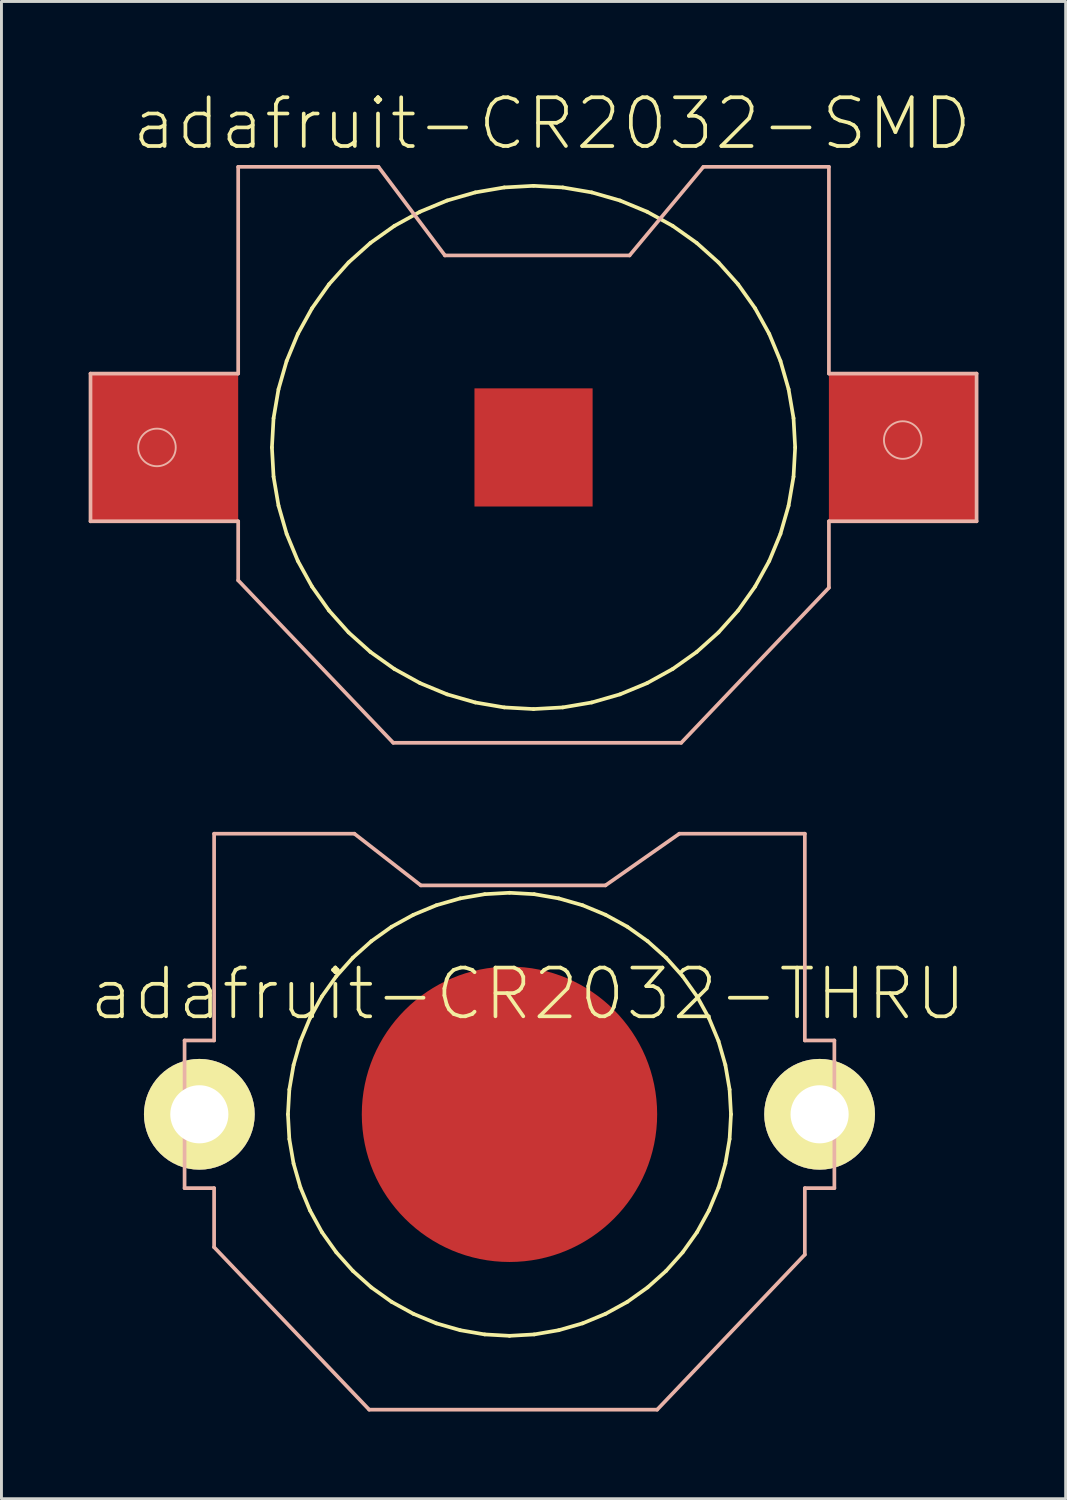
<source format=kicad_pcb>
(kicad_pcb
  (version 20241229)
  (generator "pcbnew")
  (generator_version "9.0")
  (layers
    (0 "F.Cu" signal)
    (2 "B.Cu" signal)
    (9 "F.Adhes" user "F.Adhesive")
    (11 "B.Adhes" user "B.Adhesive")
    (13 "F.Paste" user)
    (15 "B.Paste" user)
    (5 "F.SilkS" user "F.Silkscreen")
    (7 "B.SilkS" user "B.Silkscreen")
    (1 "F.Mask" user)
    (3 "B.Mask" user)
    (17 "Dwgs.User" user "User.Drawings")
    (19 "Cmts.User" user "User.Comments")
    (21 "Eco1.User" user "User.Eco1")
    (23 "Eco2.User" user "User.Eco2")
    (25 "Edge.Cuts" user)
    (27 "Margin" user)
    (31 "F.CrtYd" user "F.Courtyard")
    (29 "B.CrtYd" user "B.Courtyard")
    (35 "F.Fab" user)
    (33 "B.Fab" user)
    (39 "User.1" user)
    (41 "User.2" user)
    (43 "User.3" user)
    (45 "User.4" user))
  (footprint "adafruit-CR2032-SMD"
    (layer "F.Cu")
    (at 15.303 12.341)
    (property "Reference" "adafruit-CR2032-SMD" (at 0.635 -11.138 0) (layer "F.SilkS") (effects (font (size 1.676 1.676) (thickness 0.127))))
    (attr smd)
    (fp_line (start -8.999 0) (end -8.943 -1.006) (stroke (width 0.127) (type solid)) (layer "F.SilkS"))
    (fp_line (start -8.943 -1.006) (end -8.773 -2.002) (stroke (width 0.127) (type solid)) (layer "F.SilkS"))
    (fp_line (start -8.943 1.006) (end -8.999 0) (stroke (width 0.127) (type solid)) (layer "F.SilkS"))
    (fp_line (start -8.773 -2.002) (end -8.494 -2.972) (stroke (width 0.127) (type solid)) (layer "F.SilkS"))
    (fp_line (start -8.773 2.002) (end -8.943 1.006) (stroke (width 0.127) (type solid)) (layer "F.SilkS"))
    (fp_line (start -8.494 -2.972) (end -8.108 -3.904) (stroke (width 0.127) (type solid)) (layer "F.SilkS"))
    (fp_line (start -8.494 2.972) (end -8.773 2.002) (stroke (width 0.127) (type solid)) (layer "F.SilkS"))
    (fp_line (start -8.108 -3.904) (end -7.62 -4.788) (stroke (width 0.127) (type solid)) (layer "F.SilkS"))
    (fp_line (start -8.108 3.904) (end -8.494 2.972) (stroke (width 0.127) (type solid)) (layer "F.SilkS"))
    (fp_line (start -7.62 -4.788) (end -7.036 -5.611) (stroke (width 0.127) (type solid)) (layer "F.SilkS"))
    (fp_line (start -7.62 4.788) (end -8.108 3.904) (stroke (width 0.127) (type solid)) (layer "F.SilkS"))
    (fp_line (start -7.036 -5.611) (end -6.363 -6.363) (stroke (width 0.127) (type solid)) (layer "F.SilkS"))
    (fp_line (start -7.036 5.611) (end -7.62 4.788) (stroke (width 0.127) (type solid)) (layer "F.SilkS"))
    (fp_line (start -6.363 -6.363) (end -5.611 -7.036) (stroke (width 0.127) (type solid)) (layer "F.SilkS"))
    (fp_line (start -6.363 6.363) (end -7.036 5.611) (stroke (width 0.127) (type solid)) (layer "F.SilkS"))
    (fp_line (start -5.611 -7.036) (end -4.788 -7.62) (stroke (width 0.127) (type solid)) (layer "F.SilkS"))
    (fp_line (start -5.611 7.036) (end -6.363 6.363) (stroke (width 0.127) (type solid)) (layer "F.SilkS"))
    (fp_line (start -4.788 -7.62) (end -3.904 -8.108) (stroke (width 0.127) (type solid)) (layer "F.SilkS"))
    (fp_line (start -4.788 7.62) (end -5.611 7.036) (stroke (width 0.127) (type solid)) (layer "F.SilkS"))
    (fp_line (start -3.904 -8.108) (end -2.972 -8.494) (stroke (width 0.127) (type solid)) (layer "F.SilkS"))
    (fp_line (start -3.904 8.108) (end -4.788 7.62) (stroke (width 0.127) (type solid)) (layer "F.SilkS"))
    (fp_line (start -2.972 -8.494) (end -2.002 -8.773) (stroke (width 0.127) (type solid)) (layer "F.SilkS"))
    (fp_line (start -2.972 8.494) (end -3.904 8.108) (stroke (width 0.127) (type solid)) (layer "F.SilkS"))
    (fp_line (start -2.002 -8.773) (end -1.006 -8.943) (stroke (width 0.127) (type solid)) (layer "F.SilkS"))
    (fp_line (start -2.002 8.773) (end -2.972 8.494) (stroke (width 0.127) (type solid)) (layer "F.SilkS"))
    (fp_line (start -1.006 -8.943) (end 0 -8.999) (stroke (width 0.127) (type solid)) (layer "F.SilkS"))
    (fp_line (start -1.006 8.943) (end -2.002 8.773) (stroke (width 0.127) (type solid)) (layer "F.SilkS"))
    (fp_line (start 0 -8.999) (end 1.006 -8.943) (stroke (width 0.127) (type solid)) (layer "F.SilkS"))
    (fp_line (start 0 8.999) (end -1.006 8.943) (stroke (width 0.127) (type solid)) (layer "F.SilkS"))
    (fp_line (start 1.006 -8.943) (end 2.002 -8.773) (stroke (width 0.127) (type solid)) (layer "F.SilkS"))
    (fp_line (start 1.006 8.943) (end 0 8.999) (stroke (width 0.127) (type solid)) (layer "F.SilkS"))
    (fp_line (start 2.002 -8.773) (end 2.972 -8.494) (stroke (width 0.127) (type solid)) (layer "F.SilkS"))
    (fp_line (start 2.002 8.773) (end 1.006 8.943) (stroke (width 0.127) (type solid)) (layer "F.SilkS"))
    (fp_line (start 2.972 -8.494) (end 3.904 -8.108) (stroke (width 0.127) (type solid)) (layer "F.SilkS"))
    (fp_line (start 2.972 8.494) (end 2.002 8.773) (stroke (width 0.127) (type solid)) (layer "F.SilkS"))
    (fp_line (start 3.904 -8.108) (end 4.788 -7.62) (stroke (width 0.127) (type solid)) (layer "F.SilkS"))
    (fp_line (start 3.904 8.108) (end 2.972 8.494) (stroke (width 0.127) (type solid)) (layer "F.SilkS"))
    (fp_line (start 4.788 -7.62) (end 5.611 -7.036) (stroke (width 0.127) (type solid)) (layer "F.SilkS"))
    (fp_line (start 4.788 7.62) (end 3.904 8.108) (stroke (width 0.127) (type solid)) (layer "F.SilkS"))
    (fp_line (start 5.611 -7.036) (end 6.363 -6.363) (stroke (width 0.127) (type solid)) (layer "F.SilkS"))
    (fp_line (start 5.611 7.036) (end 4.788 7.62) (stroke (width 0.127) (type solid)) (layer "F.SilkS"))
    (fp_line (start 6.363 -6.363) (end 7.036 -5.611) (stroke (width 0.127) (type solid)) (layer "F.SilkS"))
    (fp_line (start 6.363 6.363) (end 5.611 7.036) (stroke (width 0.127) (type solid)) (layer "F.SilkS"))
    (fp_line (start 7.036 -5.611) (end 7.62 -4.788) (stroke (width 0.127) (type solid)) (layer "F.SilkS"))
    (fp_line (start 7.036 5.611) (end 6.363 6.363) (stroke (width 0.127) (type solid)) (layer "F.SilkS"))
    (fp_line (start 7.62 -4.788) (end 8.108 -3.904) (stroke (width 0.127) (type solid)) (layer "F.SilkS"))
    (fp_line (start 7.62 4.788) (end 7.036 5.611) (stroke (width 0.127) (type solid)) (layer "F.SilkS"))
    (fp_line (start 8.108 -3.904) (end 8.494 -2.972) (stroke (width 0.127) (type solid)) (layer "F.SilkS"))
    (fp_line (start 8.108 3.904) (end 7.62 4.788) (stroke (width 0.127) (type solid)) (layer "F.SilkS"))
    (fp_line (start 8.494 -2.972) (end 8.773 -2.002) (stroke (width 0.127) (type solid)) (layer "F.SilkS"))
    (fp_line (start 8.494 2.972) (end 8.108 3.904) (stroke (width 0.127) (type solid)) (layer "F.SilkS"))
    (fp_line (start 8.773 -2.002) (end 8.943 -1.006) (stroke (width 0.127) (type solid)) (layer "F.SilkS"))
    (fp_line (start 8.773 2.002) (end 8.494 2.972) (stroke (width 0.127) (type solid)) (layer "F.SilkS"))
    (fp_line (start 8.943 -1.006) (end 8.999 0) (stroke (width 0.127) (type solid)) (layer "F.SilkS"))
    (fp_line (start 8.943 1.006) (end 8.773 2.002) (stroke (width 0.127) (type solid)) (layer "F.SilkS"))
    (fp_line (start 8.999 0) (end 8.943 1.006) (stroke (width 0.127) (type solid)) (layer "F.SilkS"))
    (fp_line (start -15.24 -2.54) (end -15.24 2.54) (stroke (width 0.127) (type solid)) (layer "B.SilkS"))
    (fp_line (start -15.24 2.54) (end -10.16 2.54) (stroke (width 0.127) (type solid)) (layer "B.SilkS"))
    (fp_line (start -10.16 -9.652) (end -10.16 -2.54) (stroke (width 0.127) (type solid)) (layer "B.SilkS"))
    (fp_line (start -10.16 -2.54) (end -15.24 -2.54) (stroke (width 0.127) (type solid)) (layer "B.SilkS"))
    (fp_line (start -10.16 2.54) (end -10.16 4.572) (stroke (width 0.127) (type solid)) (layer "B.SilkS"))
    (fp_line (start -10.16 4.572) (end -4.826 10.16) (stroke (width 0.127) (type solid)) (layer "B.SilkS"))
    (fp_line (start -5.334 -9.652) (end -10.16 -9.652) (stroke (width 0.127) (type solid)) (layer "B.SilkS"))
    (fp_line (start -4.826 10.16) (end 5.08 10.16) (stroke (width 0.127) (type solid)) (layer "B.SilkS"))
    (fp_line (start -3.048 -6.604) (end -5.334 -9.652) (stroke (width 0.127) (type solid)) (layer "B.SilkS"))
    (fp_line (start 3.302 -6.604) (end -3.048 -6.604) (stroke (width 0.127) (type solid)) (layer "B.SilkS"))
    (fp_line (start 5.08 10.16) (end 10.16 4.826) (stroke (width 0.127) (type solid)) (layer "B.SilkS"))
    (fp_line (start 5.842 -9.652) (end 3.302 -6.604) (stroke (width 0.127) (type solid)) (layer "B.SilkS"))
    (fp_line (start 10.16 -9.652) (end 5.842 -9.652) (stroke (width 0.127) (type solid)) (layer "B.SilkS"))
    (fp_line (start 10.16 -2.54) (end 10.16 -9.652) (stroke (width 0.127) (type solid)) (layer "B.SilkS"))
    (fp_line (start 10.16 2.54) (end 15.24 2.54) (stroke (width 0.127) (type solid)) (layer "B.SilkS"))
    (fp_line (start 10.16 4.826) (end 10.16 2.54) (stroke (width 0.127) (type solid)) (layer "B.SilkS"))
    (fp_line (start 15.24 -2.54) (end 10.16 -2.54) (stroke (width 0.127) (type solid)) (layer "B.SilkS"))
    (fp_line (start 15.24 2.54) (end 15.24 -2.54) (stroke (width 0.127) (type solid)) (layer "B.SilkS"))
    (fp_circle (center -12.954 0) (end -13.411 0.457) (stroke (width 0.064) (type solid)) (fill no) (layer "B.SilkS"))
    (fp_circle (center 12.7 -0.254) (end 13.157 -0.711) (stroke (width 0.064) (type solid)) (fill no) (layer "B.SilkS"))
    (pad "+$1" smd rect (at -12.7 0) (size 5.08 5.08) (layers "F.Cu" "F.Mask" "F.Paste"))
    (pad "+$2" smd rect (at 12.7 0) (size 5.08 5.08) (layers "F.Cu" "F.Mask" "F.Paste"))
    (pad "-" smd rect (at 0 0) (size 4.064 4.064) (layers "F.Cu" "F.Mask" "F.Paste")))
  (footprint "adafruit-CR2032-THRU"
    (layer "F.Cu")
    (at 14.475 35.28)
    (property "Reference" "adafruit-CR2032-THRU" (at 0.635 -4.14 0) (layer "F.SilkS") (effects (font (size 1.676 1.676) (thickness 0.127))))
    (attr smd)
    (fp_line (start -7.62 0) (end -7.572 0.851) (stroke (width 0.127) (type solid)) (layer "F.SilkS"))
    (fp_line (start -7.572 -0.851) (end -7.62 0) (stroke (width 0.127) (type solid)) (layer "F.SilkS"))
    (fp_line (start -7.572 0.851) (end -7.427 1.694) (stroke (width 0.127) (type solid)) (layer "F.SilkS"))
    (fp_line (start -7.427 -1.694) (end -7.572 -0.851) (stroke (width 0.127) (type solid)) (layer "F.SilkS"))
    (fp_line (start -7.427 1.694) (end -7.191 2.515) (stroke (width 0.127) (type solid)) (layer "F.SilkS"))
    (fp_line (start -7.191 -2.515) (end -7.427 -1.694) (stroke (width 0.127) (type solid)) (layer "F.SilkS"))
    (fp_line (start -7.191 2.515) (end -6.863 3.305) (stroke (width 0.127) (type solid)) (layer "F.SilkS"))
    (fp_line (start -6.863 -3.305) (end -7.191 -2.515) (stroke (width 0.127) (type solid)) (layer "F.SilkS"))
    (fp_line (start -6.863 3.305) (end -6.452 4.054) (stroke (width 0.127) (type solid)) (layer "F.SilkS"))
    (fp_line (start -6.452 -4.054) (end -6.863 -3.305) (stroke (width 0.127) (type solid)) (layer "F.SilkS"))
    (fp_line (start -6.452 4.054) (end -5.956 4.75) (stroke (width 0.127) (type solid)) (layer "F.SilkS"))
    (fp_line (start -5.956 -4.75) (end -6.452 -4.054) (stroke (width 0.127) (type solid)) (layer "F.SilkS"))
    (fp_line (start -5.956 4.75) (end -5.387 5.387) (stroke (width 0.127) (type solid)) (layer "F.SilkS"))
    (fp_line (start -5.387 -5.387) (end -5.956 -4.75) (stroke (width 0.127) (type solid)) (layer "F.SilkS"))
    (fp_line (start -5.387 5.387) (end -4.75 5.956) (stroke (width 0.127) (type solid)) (layer "F.SilkS"))
    (fp_line (start -4.75 -5.956) (end -5.387 -5.387) (stroke (width 0.127) (type solid)) (layer "F.SilkS"))
    (fp_line (start -4.75 5.956) (end -4.054 6.452) (stroke (width 0.127) (type solid)) (layer "F.SilkS"))
    (fp_line (start -4.054 -6.452) (end -4.75 -5.956) (stroke (width 0.127) (type solid)) (layer "F.SilkS"))
    (fp_line (start -4.054 6.452) (end -3.305 6.863) (stroke (width 0.127) (type solid)) (layer "F.SilkS"))
    (fp_line (start -3.305 -6.863) (end -4.054 -6.452) (stroke (width 0.127) (type solid)) (layer "F.SilkS"))
    (fp_line (start -3.305 6.863) (end -2.515 7.191) (stroke (width 0.127) (type solid)) (layer "F.SilkS"))
    (fp_line (start -2.515 -7.191) (end -3.305 -6.863) (stroke (width 0.127) (type solid)) (layer "F.SilkS"))
    (fp_line (start -2.515 7.191) (end -1.694 7.427) (stroke (width 0.127) (type solid)) (layer "F.SilkS"))
    (fp_line (start -1.694 -7.427) (end -2.515 -7.191) (stroke (width 0.127) (type solid)) (layer "F.SilkS"))
    (fp_line (start -1.694 7.427) (end -0.851 7.572) (stroke (width 0.127) (type solid)) (layer "F.SilkS"))
    (fp_line (start -0.851 -7.572) (end -1.694 -7.427) (stroke (width 0.127) (type solid)) (layer "F.SilkS"))
    (fp_line (start -0.851 7.572) (end 0 7.62) (stroke (width 0.127) (type solid)) (layer "F.SilkS"))
    (fp_line (start 0 -7.62) (end -0.851 -7.572) (stroke (width 0.127) (type solid)) (layer "F.SilkS"))
    (fp_line (start 0 7.62) (end 0.851 7.572) (stroke (width 0.127) (type solid)) (layer "F.SilkS"))
    (fp_line (start 0.851 -7.572) (end 0 -7.62) (stroke (width 0.127) (type solid)) (layer "F.SilkS"))
    (fp_line (start 0.851 7.572) (end 1.694 7.427) (stroke (width 0.127) (type solid)) (layer "F.SilkS"))
    (fp_line (start 1.694 -7.427) (end 0.851 -7.572) (stroke (width 0.127) (type solid)) (layer "F.SilkS"))
    (fp_line (start 1.694 7.427) (end 2.515 7.191) (stroke (width 0.127) (type solid)) (layer "F.SilkS"))
    (fp_line (start 2.515 -7.191) (end 1.694 -7.427) (stroke (width 0.127) (type solid)) (layer "F.SilkS"))
    (fp_line (start 2.515 7.191) (end 3.305 6.863) (stroke (width 0.127) (type solid)) (layer "F.SilkS"))
    (fp_line (start 3.305 -6.863) (end 2.515 -7.191) (stroke (width 0.127) (type solid)) (layer "F.SilkS"))
    (fp_line (start 3.305 6.863) (end 4.054 6.452) (stroke (width 0.127) (type solid)) (layer "F.SilkS"))
    (fp_line (start 4.054 -6.452) (end 3.305 -6.863) (stroke (width 0.127) (type solid)) (layer "F.SilkS"))
    (fp_line (start 4.054 6.452) (end 4.75 5.956) (stroke (width 0.127) (type solid)) (layer "F.SilkS"))
    (fp_line (start 4.75 -5.956) (end 4.054 -6.452) (stroke (width 0.127) (type solid)) (layer "F.SilkS"))
    (fp_line (start 4.75 5.956) (end 5.387 5.387) (stroke (width 0.127) (type solid)) (layer "F.SilkS"))
    (fp_line (start 5.387 -5.387) (end 4.75 -5.956) (stroke (width 0.127) (type solid)) (layer "F.SilkS"))
    (fp_line (start 5.387 5.387) (end 5.956 4.75) (stroke (width 0.127) (type solid)) (layer "F.SilkS"))
    (fp_line (start 5.956 -4.75) (end 5.387 -5.387) (stroke (width 0.127) (type solid)) (layer "F.SilkS"))
    (fp_line (start 5.956 4.75) (end 6.452 4.054) (stroke (width 0.127) (type solid)) (layer "F.SilkS"))
    (fp_line (start 6.452 -4.054) (end 5.956 -4.75) (stroke (width 0.127) (type solid)) (layer "F.SilkS"))
    (fp_line (start 6.452 4.054) (end 6.863 3.305) (stroke (width 0.127) (type solid)) (layer "F.SilkS"))
    (fp_line (start 6.863 -3.305) (end 6.452 -4.054) (stroke (width 0.127) (type solid)) (layer "F.SilkS"))
    (fp_line (start 6.863 3.305) (end 7.191 2.515) (stroke (width 0.127) (type solid)) (layer "F.SilkS"))
    (fp_line (start 7.191 -2.515) (end 6.863 -3.305) (stroke (width 0.127) (type solid)) (layer "F.SilkS"))
    (fp_line (start 7.191 2.515) (end 7.427 1.694) (stroke (width 0.127) (type solid)) (layer "F.SilkS"))
    (fp_line (start 7.427 -1.694) (end 7.191 -2.515) (stroke (width 0.127) (type solid)) (layer "F.SilkS"))
    (fp_line (start 7.427 1.694) (end 7.572 0.851) (stroke (width 0.127) (type solid)) (layer "F.SilkS"))
    (fp_line (start 7.572 -0.851) (end 7.427 -1.694) (stroke (width 0.127) (type solid)) (layer "F.SilkS"))
    (fp_line (start 7.572 0.851) (end 7.62 0) (stroke (width 0.127) (type solid)) (layer "F.SilkS"))
    (fp_line (start 7.62 0) (end 7.572 -0.851) (stroke (width 0.127) (type solid)) (layer "F.SilkS"))
    (fp_line (start -11.176 -2.54) (end -11.176 2.54) (stroke (width 0.127) (type solid)) (layer "B.SilkS"))
    (fp_line (start -11.176 2.54) (end -10.16 2.54) (stroke (width 0.127) (type solid)) (layer "B.SilkS"))
    (fp_line (start -10.16 -9.652) (end -10.16 -2.54) (stroke (width 0.127) (type solid)) (layer "B.SilkS"))
    (fp_line (start -10.16 -2.54) (end -11.176 -2.54) (stroke (width 0.127) (type solid)) (layer "B.SilkS"))
    (fp_line (start -10.16 2.54) (end -10.16 4.572) (stroke (width 0.127) (type solid)) (layer "B.SilkS"))
    (fp_line (start -10.16 4.572) (end -4.826 10.16) (stroke (width 0.127) (type solid)) (layer "B.SilkS"))
    (fp_line (start -5.334 -9.652) (end -10.16 -9.652) (stroke (width 0.127) (type solid)) (layer "B.SilkS"))
    (fp_line (start -4.826 10.16) (end 5.08 10.16) (stroke (width 0.127) (type solid)) (layer "B.SilkS"))
    (fp_line (start -3.048 -7.874) (end -5.334 -9.652) (stroke (width 0.127) (type solid)) (layer "B.SilkS"))
    (fp_line (start 3.302 -7.874) (end -3.048 -7.874) (stroke (width 0.127) (type solid)) (layer "B.SilkS"))
    (fp_line (start 5.08 10.16) (end 10.16 4.826) (stroke (width 0.127) (type solid)) (layer "B.SilkS"))
    (fp_line (start 5.842 -9.652) (end 3.302 -7.874) (stroke (width 0.127) (type solid)) (layer "B.SilkS"))
    (fp_line (start 10.16 -9.652) (end 5.842 -9.652) (stroke (width 0.127) (type solid)) (layer "B.SilkS"))
    (fp_line (start 10.16 -2.54) (end 10.16 -9.652) (stroke (width 0.127) (type solid)) (layer "B.SilkS"))
    (fp_line (start 10.16 2.54) (end 11.176 2.54) (stroke (width 0.127) (type solid)) (layer "B.SilkS"))
    (fp_line (start 10.16 4.826) (end 10.16 2.54) (stroke (width 0.127) (type solid)) (layer "B.SilkS"))
    (fp_line (start 11.176 -2.54) (end 10.16 -2.54) (stroke (width 0.127) (type solid)) (layer "B.SilkS"))
    (fp_line (start 11.176 2.54) (end 11.176 -2.54) (stroke (width 0.127) (type solid)) (layer "B.SilkS"))
    (pad "+1" thru_hole circle (at -10.668 0) (size 3.81 3.81) (drill 1.999) (layers "*.Cu" "F.Mask" "F.SilkS" "F.Paste"))
    (pad "+2" thru_hole circle (at 10.668 0) (size 3.81 3.81) (drill 1.999) (layers "*.Cu" "F.Mask" "F.SilkS" "F.Paste"))
    (pad "-" smd circle (at 0 0) (size 10.16 10.16) (layers "F.Cu" "F.Mask" "F.Paste")))
  (gr_rect
    (start -3 -3)
    (end 33.607 48.504)
    (stroke (width 0.1) (type default))
    (fill no)
    (layer "Edge.Cuts")))
</source>
